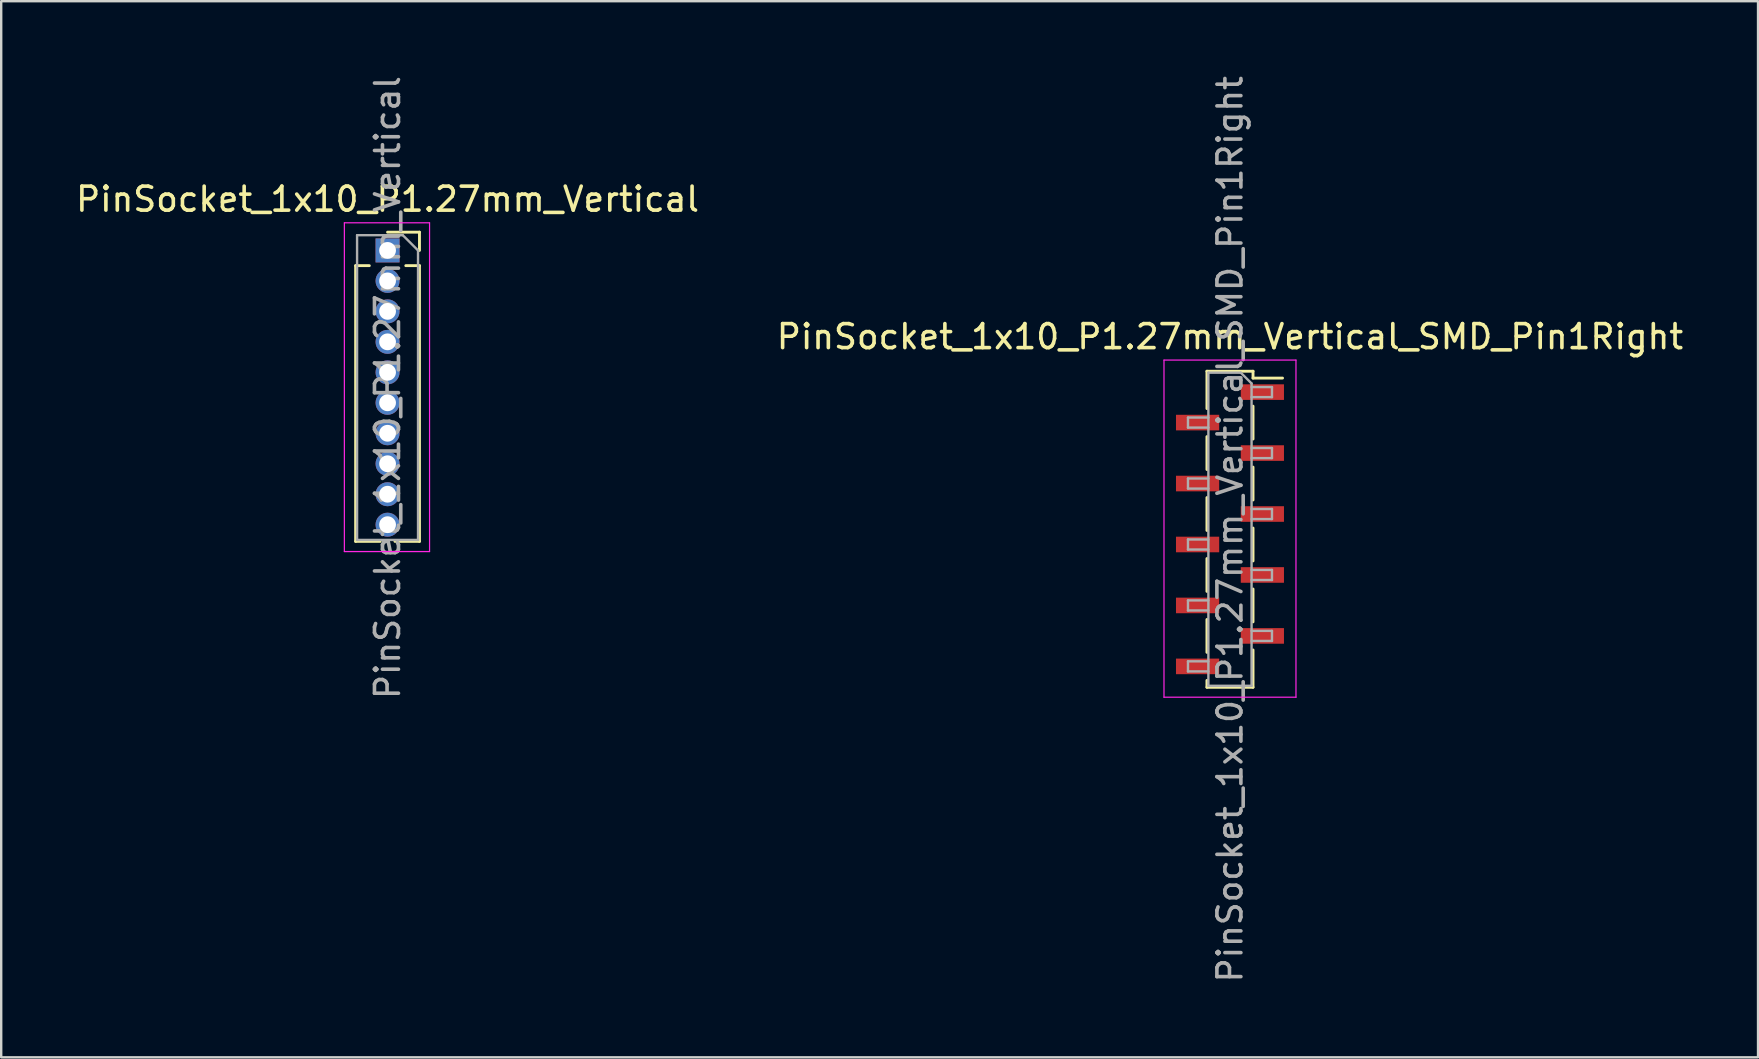
<source format=kicad_pcb>
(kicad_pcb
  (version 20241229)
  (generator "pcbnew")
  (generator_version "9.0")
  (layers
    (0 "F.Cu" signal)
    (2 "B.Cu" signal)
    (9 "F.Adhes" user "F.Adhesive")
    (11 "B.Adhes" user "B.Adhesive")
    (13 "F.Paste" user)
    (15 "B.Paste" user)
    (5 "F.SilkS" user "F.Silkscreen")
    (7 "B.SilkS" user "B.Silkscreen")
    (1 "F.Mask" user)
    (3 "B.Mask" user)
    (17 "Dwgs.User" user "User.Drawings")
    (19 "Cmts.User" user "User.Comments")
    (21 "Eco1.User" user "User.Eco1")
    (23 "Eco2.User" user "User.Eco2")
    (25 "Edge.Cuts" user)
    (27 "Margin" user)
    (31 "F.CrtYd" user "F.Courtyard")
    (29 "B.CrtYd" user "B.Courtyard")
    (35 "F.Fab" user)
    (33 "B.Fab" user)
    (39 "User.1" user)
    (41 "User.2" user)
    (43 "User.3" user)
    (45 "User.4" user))
  (footprint "PinSocket_1x10_P1.27mm_Vertical_SMD_Pin1Right"
    (layer "F.Cu")
    (at 48.208 19.006)
    (property "Reference" "PinSocket_1x10_P1.27mm_Vertical_SMD_Pin1Right" (at 0 -8.025 0) (layer "F.SilkS") (effects (font (size 1 1) (thickness 0.15))))
    (attr smd)
    (fp_line (start -0.96 -6.585) (end -0.96 -5.03) (stroke (width 0.12) (type solid)) (layer "F.SilkS"))
    (fp_line (start -0.96 -6.585) (end 0.96 -6.585) (stroke (width 0.12) (type solid)) (layer "F.SilkS"))
    (fp_line (start -0.96 -3.86) (end -0.96 -2.49) (stroke (width 0.12) (type solid)) (layer "F.SilkS"))
    (fp_line (start -0.96 -1.32) (end -0.96 0.05) (stroke (width 0.12) (type solid)) (layer "F.SilkS"))
    (fp_line (start -0.96 1.22) (end -0.96 2.59) (stroke (width 0.12) (type solid)) (layer "F.SilkS"))
    (fp_line (start -0.96 3.76) (end -0.96 5.13) (stroke (width 0.12) (type solid)) (layer "F.SilkS"))
    (fp_line (start -0.96 6.3) (end -0.96 6.585) (stroke (width 0.12) (type solid)) (layer "F.SilkS"))
    (fp_line (start -0.96 6.585) (end 0.96 6.585) (stroke (width 0.12) (type solid)) (layer "F.SilkS"))
    (fp_line (start 0.96 -6.585) (end 0.96 -6.3) (stroke (width 0.12) (type solid)) (layer "F.SilkS"))
    (fp_line (start 0.96 -6.3) (end 2.19 -6.3) (stroke (width 0.12) (type solid)) (layer "F.SilkS"))
    (fp_line (start 0.96 -5.13) (end 0.96 -3.76) (stroke (width 0.12) (type solid)) (layer "F.SilkS"))
    (fp_line (start 0.96 -2.59) (end 0.96 -1.22) (stroke (width 0.12) (type solid)) (layer "F.SilkS"))
    (fp_line (start 0.96 -0.05) (end 0.96 1.32) (stroke (width 0.12) (type solid)) (layer "F.SilkS"))
    (fp_line (start 0.96 2.49) (end 0.96 3.86) (stroke (width 0.12) (type solid)) (layer "F.SilkS"))
    (fp_line (start 0.96 5.03) (end 0.96 6.585) (stroke (width 0.12) (type solid)) (layer "F.SilkS"))
    (fp_line (start -2.75 -7.05) (end 2.75 -7.05) (stroke (width 0.05) (type solid)) (layer "F.CrtYd"))
    (fp_line (start -2.75 7) (end -2.75 -7.05) (stroke (width 0.05) (type solid)) (layer "F.CrtYd"))
    (fp_line (start 2.75 -7.05) (end 2.75 7) (stroke (width 0.05) (type solid)) (layer "F.CrtYd"))
    (fp_line (start 2.75 7) (end -2.75 7) (stroke (width 0.05) (type solid)) (layer "F.CrtYd"))
    (fp_line (start -1.75 -4.655) (end -0.9 -4.655) (stroke (width 0.1) (type solid)) (layer "F.Fab"))
    (fp_line (start -1.75 -4.235) (end -1.75 -4.655) (stroke (width 0.1) (type solid)) (layer "F.Fab"))
    (fp_line (start -1.75 -2.115) (end -0.9 -2.115) (stroke (width 0.1) (type solid)) (layer "F.Fab"))
    (fp_line (start -1.75 -1.695) (end -1.75 -2.115) (stroke (width 0.1) (type solid)) (layer "F.Fab"))
    (fp_line (start -1.75 0.425) (end -0.9 0.425) (stroke (width 0.1) (type solid)) (layer "F.Fab"))
    (fp_line (start -1.75 0.845) (end -1.75 0.425) (stroke (width 0.1) (type solid)) (layer "F.Fab"))
    (fp_line (start -1.75 2.965) (end -0.9 2.965) (stroke (width 0.1) (type solid)) (layer "F.Fab"))
    (fp_line (start -1.75 3.385) (end -1.75 2.965) (stroke (width 0.1) (type solid)) (layer "F.Fab"))
    (fp_line (start -1.75 5.505) (end -0.9 5.505) (stroke (width 0.1) (type solid)) (layer "F.Fab"))
    (fp_line (start -1.75 5.925) (end -1.75 5.505) (stroke (width 0.1) (type solid)) (layer "F.Fab"))
    (fp_line (start -0.9 -6.525) (end 0.45 -6.525) (stroke (width 0.1) (type solid)) (layer "F.Fab"))
    (fp_line (start -0.9 -4.235) (end -1.75 -4.235) (stroke (width 0.1) (type solid)) (layer "F.Fab"))
    (fp_line (start -0.9 -1.695) (end -1.75 -1.695) (stroke (width 0.1) (type solid)) (layer "F.Fab"))
    (fp_line (start -0.9 0.845) (end -1.75 0.845) (stroke (width 0.1) (type solid)) (layer "F.Fab"))
    (fp_line (start -0.9 3.385) (end -1.75 3.385) (stroke (width 0.1) (type solid)) (layer "F.Fab"))
    (fp_line (start -0.9 5.925) (end -1.75 5.925) (stroke (width 0.1) (type solid)) (layer "F.Fab"))
    (fp_line (start -0.9 6.525) (end -0.9 -6.525) (stroke (width 0.1) (type solid)) (layer "F.Fab"))
    (fp_line (start 0.45 -6.525) (end 0.9 -6.075) (stroke (width 0.1) (type solid)) (layer "F.Fab"))
    (fp_line (start 0.9 -6.075) (end 0.9 6.525) (stroke (width 0.1) (type solid)) (layer "F.Fab"))
    (fp_line (start 0.9 -5.925) (end 1.75 -5.925) (stroke (width 0.1) (type solid)) (layer "F.Fab"))
    (fp_line (start 0.9 -3.385) (end 1.75 -3.385) (stroke (width 0.1) (type solid)) (layer "F.Fab"))
    (fp_line (start 0.9 -0.845) (end 1.75 -0.845) (stroke (width 0.1) (type solid)) (layer "F.Fab"))
    (fp_line (start 0.9 1.695) (end 1.75 1.695) (stroke (width 0.1) (type solid)) (layer "F.Fab"))
    (fp_line (start 0.9 4.235) (end 1.75 4.235) (stroke (width 0.1) (type solid)) (layer "F.Fab"))
    (fp_line (start 0.9 6.525) (end -0.9 6.525) (stroke (width 0.1) (type solid)) (layer "F.Fab"))
    (fp_line (start 1.75 -5.925) (end 1.75 -5.505) (stroke (width 0.1) (type solid)) (layer "F.Fab"))
    (fp_line (start 1.75 -5.505) (end 0.9 -5.505) (stroke (width 0.1) (type solid)) (layer "F.Fab"))
    (fp_line (start 1.75 -3.385) (end 1.75 -2.965) (stroke (width 0.1) (type solid)) (layer "F.Fab"))
    (fp_line (start 1.75 -2.965) (end 0.9 -2.965) (stroke (width 0.1) (type solid)) (layer "F.Fab"))
    (fp_line (start 1.75 -0.845) (end 1.75 -0.425) (stroke (width 0.1) (type solid)) (layer "F.Fab"))
    (fp_line (start 1.75 -0.425) (end 0.9 -0.425) (stroke (width 0.1) (type solid)) (layer "F.Fab"))
    (fp_line (start 1.75 1.695) (end 1.75 2.115) (stroke (width 0.1) (type solid)) (layer "F.Fab"))
    (fp_line (start 1.75 2.115) (end 0.9 2.115) (stroke (width 0.1) (type solid)) (layer "F.Fab"))
    (fp_line (start 1.75 4.235) (end 1.75 4.655) (stroke (width 0.1) (type solid)) (layer "F.Fab"))
    (fp_line (start 1.75 4.655) (end 0.9 4.655) (stroke (width 0.1) (type solid)) (layer "F.Fab"))
    (fp_text user "${REFERENCE}" (at 0 0 90) (layer "F.Fab") (effects (font (size 1 1) (thickness 0.15))))
    (pad "1" smd rect (at 1.35 -5.715) (size 1.8 0.65) (layers "F.Cu" "F.Mask" "F.Paste"))
    (pad "2" smd rect (at -1.35 -4.445) (size 1.8 0.65) (layers "F.Cu" "F.Mask" "F.Paste"))
    (pad "3" smd rect (at 1.35 -3.175) (size 1.8 0.65) (layers "F.Cu" "F.Mask" "F.Paste"))
    (pad "4" smd rect (at -1.35 -1.905) (size 1.8 0.65) (layers "F.Cu" "F.Mask" "F.Paste"))
    (pad "5" smd rect (at 1.35 -0.635) (size 1.8 0.65) (layers "F.Cu" "F.Mask" "F.Paste"))
    (pad "6" smd rect (at -1.35 0.635) (size 1.8 0.65) (layers "F.Cu" "F.Mask" "F.Paste"))
    (pad "7" smd rect (at 1.35 1.905) (size 1.8 0.65) (layers "F.Cu" "F.Mask" "F.Paste"))
    (pad "8" smd rect (at -1.35 3.175) (size 1.8 0.65) (layers "F.Cu" "F.Mask" "F.Paste"))
    (pad "9" smd rect (at 1.35 4.445) (size 1.8 0.65) (layers "F.Cu" "F.Mask" "F.Paste"))
    (pad "10" smd rect (at -1.35 5.715) (size 1.8 0.65) (layers "F.Cu" "F.Mask" "F.Paste")))
  (footprint "PinSocket_1x10_P1.27mm_Vertical"
    (layer "F.Cu")
    (at 13.101 7.386)
    (property "Reference" "PinSocket_1x10_P1.27mm_Vertical" (at 0 -2.135 0) (layer "F.SilkS") (effects (font (size 1 1) (thickness 0.15))))
    (attr through_hole)
    (fp_line (start -1.33 0.635) (end -1.33 12.125) (stroke (width 0.12) (type solid)) (layer "F.SilkS"))
    (fp_line (start -1.33 0.635) (end -0.76 0.635) (stroke (width 0.12) (type solid)) (layer "F.SilkS"))
    (fp_line (start -1.33 12.125) (end -0.308 12.125) (stroke (width 0.12) (type solid)) (layer "F.SilkS"))
    (fp_line (start 0 -0.76) (end 1.33 -0.76) (stroke (width 0.12) (type solid)) (layer "F.SilkS"))
    (fp_line (start 0.308 12.125) (end 1.33 12.125) (stroke (width 0.12) (type solid)) (layer "F.SilkS"))
    (fp_line (start 0.76 0.635) (end 1.33 0.635) (stroke (width 0.12) (type solid)) (layer "F.SilkS"))
    (fp_line (start 1.33 -0.76) (end 1.33 0) (stroke (width 0.12) (type solid)) (layer "F.SilkS"))
    (fp_line (start 1.33 0.635) (end 1.33 12.125) (stroke (width 0.12) (type solid)) (layer "F.SilkS"))
    (fp_line (start -1.8 -1.15) (end 1.75 -1.15) (stroke (width 0.05) (type solid)) (layer "F.CrtYd"))
    (fp_line (start -1.8 12.55) (end -1.8 -1.15) (stroke (width 0.05) (type solid)) (layer "F.CrtYd"))
    (fp_line (start 1.75 -1.15) (end 1.75 12.55) (stroke (width 0.05) (type solid)) (layer "F.CrtYd"))
    (fp_line (start 1.75 12.55) (end -1.8 12.55) (stroke (width 0.05) (type solid)) (layer "F.CrtYd"))
    (fp_line (start -1.27 -0.635) (end 0.635 -0.635) (stroke (width 0.1) (type solid)) (layer "F.Fab"))
    (fp_line (start -1.27 12.065) (end -1.27 -0.635) (stroke (width 0.1) (type solid)) (layer "F.Fab"))
    (fp_line (start 0.635 -0.635) (end 1.27 0) (stroke (width 0.1) (type solid)) (layer "F.Fab"))
    (fp_line (start 1.27 0) (end 1.27 12.065) (stroke (width 0.1) (type solid)) (layer "F.Fab"))
    (fp_line (start 1.27 12.065) (end -1.27 12.065) (stroke (width 0.1) (type solid)) (layer "F.Fab"))
    (fp_text user "${REFERENCE}" (at 0 5.715 90) (layer "F.Fab") (effects (font (size 1 1) (thickness 0.15))))
    (pad "1" thru_hole rect (at 0 0) (size 1 1) (drill 0.7) (layers "*.Cu" "*.Mask"))
    (pad "2" thru_hole oval (at 0 1.27) (size 1 1) (drill 0.7) (layers "*.Cu" "*.Mask"))
    (pad "3" thru_hole oval (at 0 2.54) (size 1 1) (drill 0.7) (layers "*.Cu" "*.Mask"))
    (pad "4" thru_hole oval (at 0 3.81) (size 1 1) (drill 0.7) (layers "*.Cu" "*.Mask"))
    (pad "5" thru_hole oval (at 0 5.08) (size 1 1) (drill 0.7) (layers "*.Cu" "*.Mask"))
    (pad "6" thru_hole oval (at 0 6.35) (size 1 1) (drill 0.7) (layers "*.Cu" "*.Mask"))
    (pad "7" thru_hole oval (at 0 7.62) (size 1 1) (drill 0.7) (layers "*.Cu" "*.Mask"))
    (pad "8" thru_hole oval (at 0 8.89) (size 1 1) (drill 0.7) (layers "*.Cu" "*.Mask"))
    (pad "9" thru_hole oval (at 0 10.16) (size 1 1) (drill 0.7) (layers "*.Cu" "*.Mask"))
    (pad "10" thru_hole oval (at 0 11.43) (size 1 1) (drill 0.7) (layers "*.Cu" "*.Mask")))
  (gr_rect
    (start -3 -3)
    (end 70.214 41.012)
    (stroke (width 0.1) (type default))
    (fill no)
    (layer "Edge.Cuts")))
</source>
